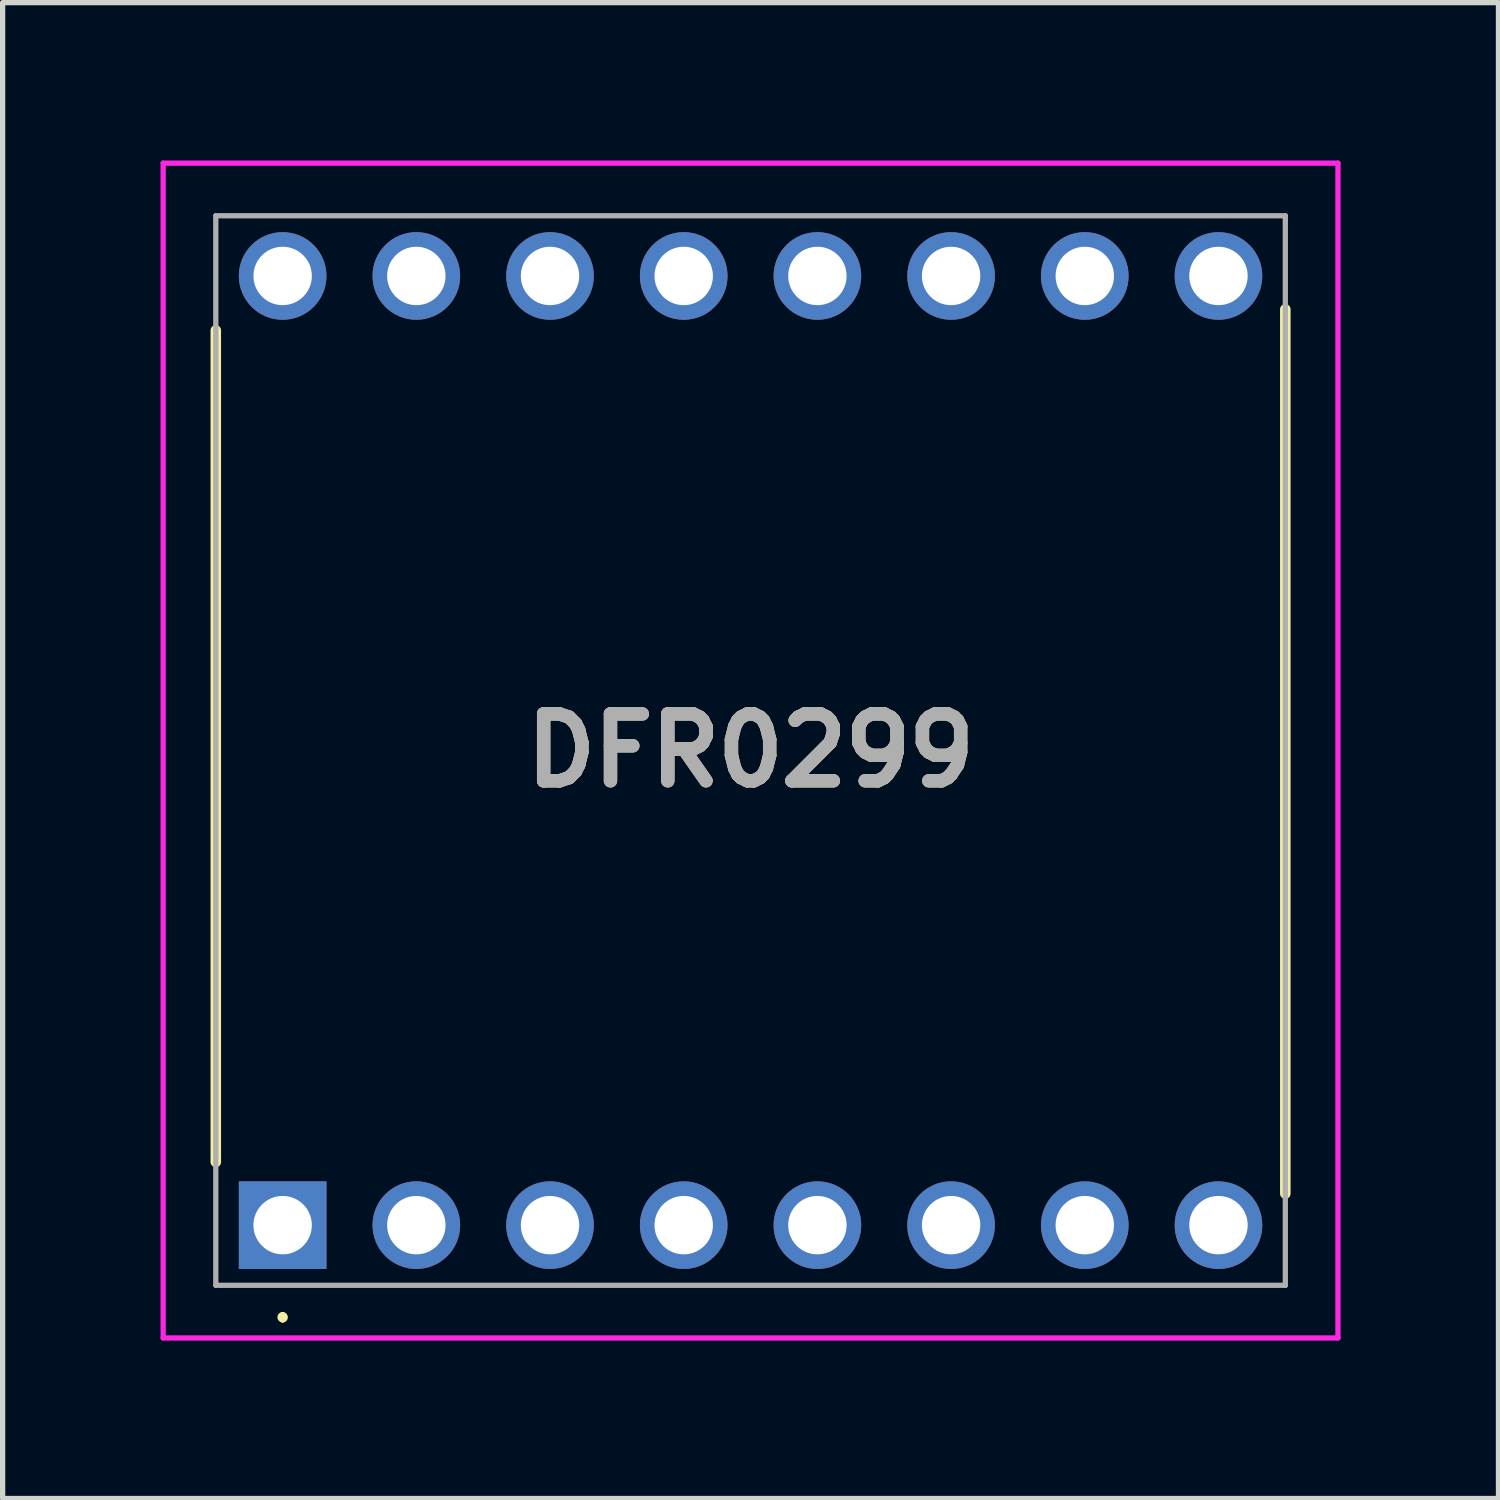
<source format=kicad_pcb>
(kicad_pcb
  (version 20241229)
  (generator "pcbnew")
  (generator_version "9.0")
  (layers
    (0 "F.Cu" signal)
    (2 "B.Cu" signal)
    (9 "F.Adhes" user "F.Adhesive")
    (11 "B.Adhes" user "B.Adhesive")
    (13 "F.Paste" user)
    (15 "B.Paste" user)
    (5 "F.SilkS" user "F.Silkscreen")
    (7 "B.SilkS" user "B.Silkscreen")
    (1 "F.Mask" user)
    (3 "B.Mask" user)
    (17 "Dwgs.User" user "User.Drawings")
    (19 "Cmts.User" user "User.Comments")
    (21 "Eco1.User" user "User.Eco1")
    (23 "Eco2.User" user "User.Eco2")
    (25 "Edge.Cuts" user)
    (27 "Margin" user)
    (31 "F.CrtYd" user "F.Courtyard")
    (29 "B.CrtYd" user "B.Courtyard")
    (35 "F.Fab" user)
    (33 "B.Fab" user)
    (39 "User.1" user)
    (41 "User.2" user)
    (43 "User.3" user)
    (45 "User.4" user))
  (footprint "DFR0299"
    (layer "F.Cu")
    (at 2.32 20.227)
    (property "Reference" "DFR0299" (at 8.89 -9.017 0) (layer "F.SilkS") (effects (font (size 1.27 1.27) (thickness 0.254))))
    (attr through_hole)
    (fp_line (start -1.27 -1.2) (end -1.27 -17) (stroke (width 0.2) (type solid)) (layer "F.SilkS"))
    (fp_line (start 0 1.7) (end 0 1.7) (stroke (width 0.1) (type solid)) (layer "F.SilkS"))
    (fp_line (start 0 1.8) (end 0 1.8) (stroke (width 0.1) (type solid)) (layer "F.SilkS"))
    (fp_line (start 19.05 -17.4) (end 19.05 -0.6) (stroke (width 0.2) (type solid)) (layer "F.SilkS"))
    (fp_arc (start 0 1.7) (mid 0.05 1.75) (end 0 1.8) (stroke (width 0.1) (type solid)) (layer "F.SilkS"))
    (fp_arc (start 0 1.8) (mid -0.05 1.75) (end 0 1.7) (stroke (width 0.1) (type solid)) (layer "F.SilkS"))
    (fp_line (start -2.27 -20.177) (end 20.05 -20.177) (stroke (width 0.1) (type solid)) (layer "F.CrtYd"))
    (fp_line (start -2.27 2.143) (end -2.27 -20.177) (stroke (width 0.1) (type solid)) (layer "F.CrtYd"))
    (fp_line (start 20.05 -20.177) (end 20.05 2.143) (stroke (width 0.1) (type solid)) (layer "F.CrtYd"))
    (fp_line (start 20.05 2.143) (end -2.27 2.143) (stroke (width 0.1) (type solid)) (layer "F.CrtYd"))
    (fp_line (start -1.27 -19.177) (end 19.05 -19.177) (stroke (width 0.1) (type solid)) (layer "F.Fab"))
    (fp_line (start -1.27 1.143) (end -1.27 -19.177) (stroke (width 0.1) (type solid)) (layer "F.Fab"))
    (fp_line (start 19.05 -19.177) (end 19.05 1.143) (stroke (width 0.1) (type solid)) (layer "F.Fab"))
    (fp_line (start 19.05 1.143) (end -1.27 1.143) (stroke (width 0.1) (type solid)) (layer "F.Fab"))
    (fp_text user "${REFERENCE}" (at 8.89 -9.017 0) (layer "F.Fab") (effects (font (size 1.27 1.27) (thickness 0.254))))
    (pad "1" thru_hole rect (at 0 0) (size 1.665 1.665) (drill 1.11) (layers "*.Cu" "*.Mask"))
    (pad "2" thru_hole circle (at 2.54 0) (size 1.665 1.665) (drill 1.11) (layers "*.Cu" "*.Mask"))
    (pad "3" thru_hole circle (at 5.08 0) (size 1.665 1.665) (drill 1.11) (layers "*.Cu" "*.Mask"))
    (pad "4" thru_hole circle (at 7.62 0) (size 1.665 1.665) (drill 1.11) (layers "*.Cu" "*.Mask"))
    (pad "5" thru_hole circle (at 10.16 0) (size 1.665 1.665) (drill 1.11) (layers "*.Cu" "*.Mask"))
    (pad "6" thru_hole circle (at 12.7 0) (size 1.665 1.665) (drill 1.11) (layers "*.Cu" "*.Mask"))
    (pad "7" thru_hole circle (at 15.24 0) (size 1.665 1.665) (drill 1.11) (layers "*.Cu" "*.Mask"))
    (pad "8" thru_hole circle (at 17.78 0) (size 1.665 1.665) (drill 1.11) (layers "*.Cu" "*.Mask"))
    (pad "9" thru_hole circle (at 17.78 -18.034) (size 1.665 1.665) (drill 1.11) (layers "*.Cu" "*.Mask"))
    (pad "10" thru_hole circle (at 15.24 -18.034) (size 1.665 1.665) (drill 1.11) (layers "*.Cu" "*.Mask"))
    (pad "11" thru_hole circle (at 12.7 -18.034) (size 1.665 1.665) (drill 1.11) (layers "*.Cu" "*.Mask"))
    (pad "12" thru_hole circle (at 10.16 -18.034) (size 1.665 1.665) (drill 1.11) (layers "*.Cu" "*.Mask"))
    (pad "13" thru_hole circle (at 7.62 -18.034) (size 1.665 1.665) (drill 1.11) (layers "*.Cu" "*.Mask"))
    (pad "14" thru_hole circle (at 5.08 -18.034) (size 1.665 1.665) (drill 1.11) (layers "*.Cu" "*.Mask"))
    (pad "15" thru_hole circle (at 2.54 -18.034) (size 1.665 1.665) (drill 1.11) (layers "*.Cu" "*.Mask"))
    (pad "16" thru_hole circle (at 0 -18.034) (size 1.665 1.665) (drill 1.11) (layers "*.Cu" "*.Mask")))
  (gr_rect
    (start -3 -3)
    (end 25.42 25.42)
    (stroke (width 0.1) (type default))
    (fill no)
    (layer "Edge.Cuts")))
</source>
